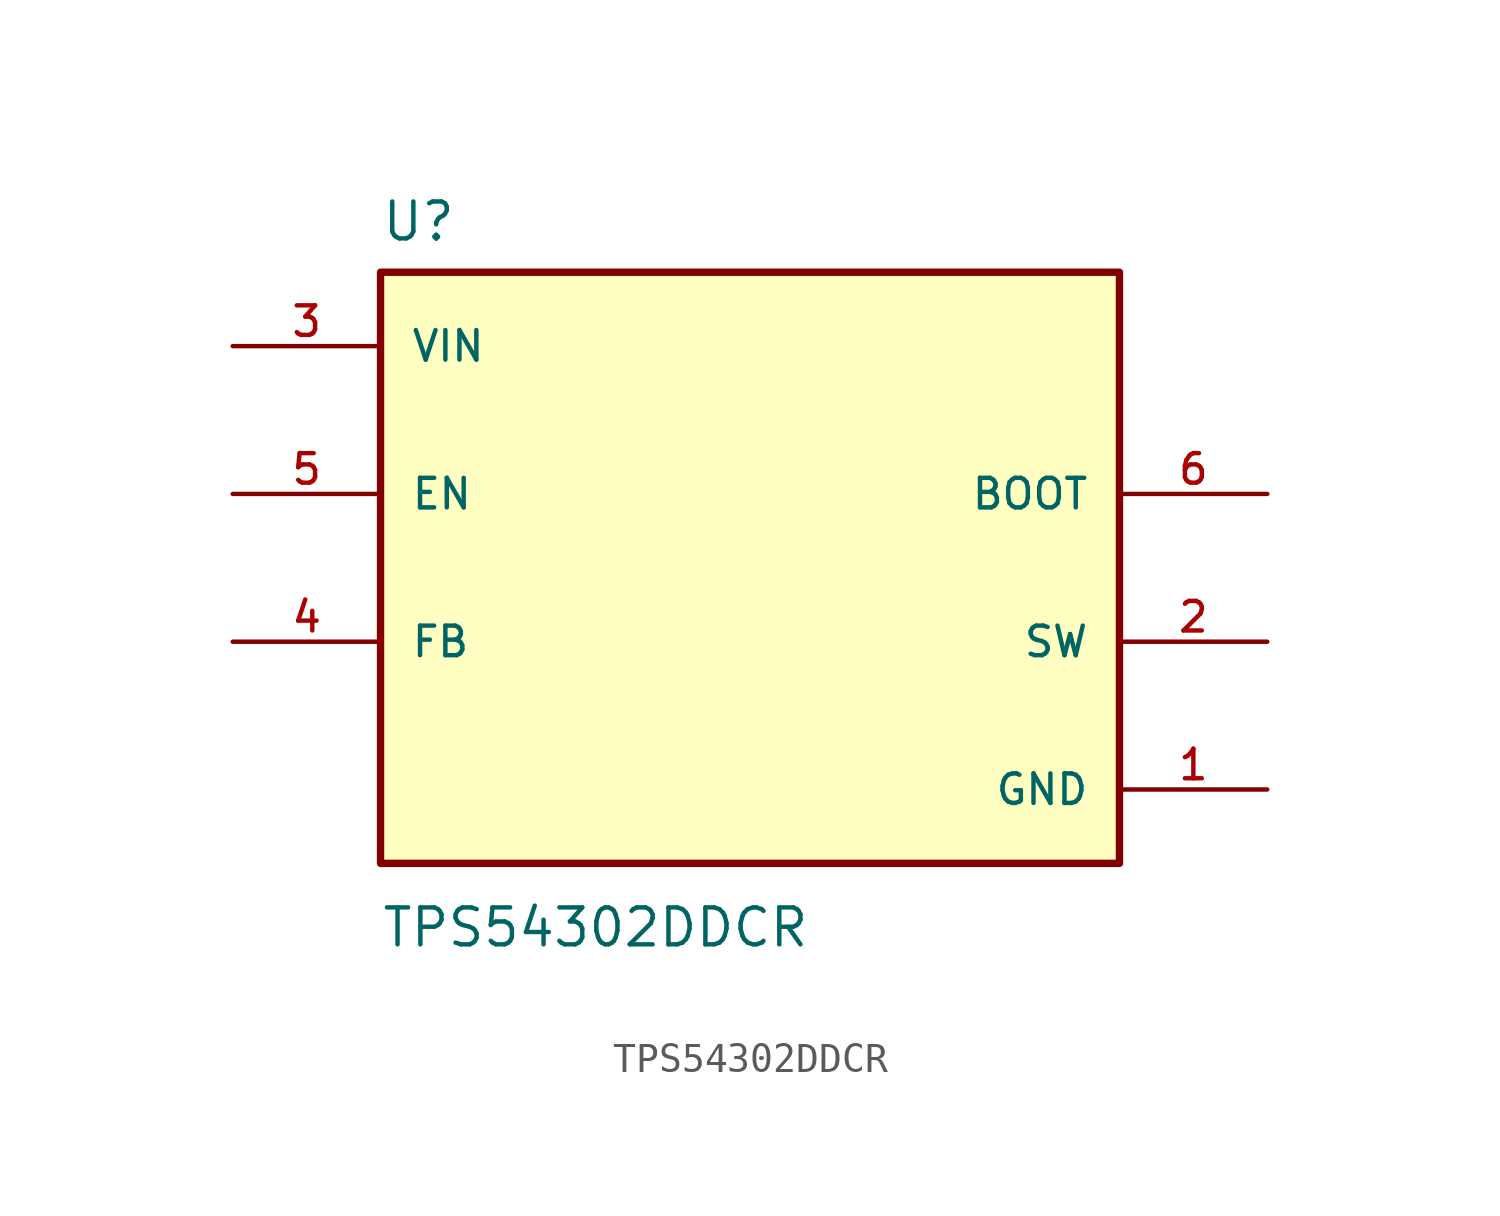
<source format=kicad_sym>
(kicad_symbol_lib
  (version 20211014)
  (generator kicad_symbol_editor)
  (symbol "TPS54302DDCR"
    (pin_names
      (offset 1.016))
    (property "Reference" "U"
      (at -12.7 11.16 0.0)
      (effects (font (size 1.27 1.27)) (justify bottom left)))
    (property "Value" "TPS54302DDCR"
      (at -12.7 -11.62 0.0)
      (effects (font (size 1.27 1.27)) (justify top left)))
    (symbol "TPS54302DDCR_0_0"
      (rectangle (start -12.7 -10.16) (end 12.7 10.16) (stroke (width 0.254)) (fill (type background)))
      (pin power_in line (at -17.78 7.62 0) (length 5.08) (name "VIN" (effects (font (size 1.016 1.016)))) (number "3" (effects (font (size 1.016 1.016)))))
      (pin input line (at -17.78 2.54 0) (length 5.08) (name "EN" (effects (font (size 1.016 1.016)))) (number "5" (effects (font (size 1.016 1.016)))))
      (pin output line (at 17.78 -2.54 180.0) (length 5.08) (name "SW" (effects (font (size 1.016 1.016)))) (number "2" (effects (font (size 1.016 1.016)))))
      (pin output line (at 17.78 2.54 180.0) (length 5.08) (name "BOOT" (effects (font (size 1.016 1.016)))) (number "6" (effects (font (size 1.016 1.016)))))
      (pin input line (at -17.78 -2.54 0) (length 5.08) (name "FB" (effects (font (size 1.016 1.016)))) (number "4" (effects (font (size 1.016 1.016)))))
      (pin power_in line (at 17.78 -7.62 180.0) (length 5.08) (name "GND" (effects (font (size 1.016 1.016)))) (number "1" (effects (font (size 1.016 1.016))))))))
</source>
